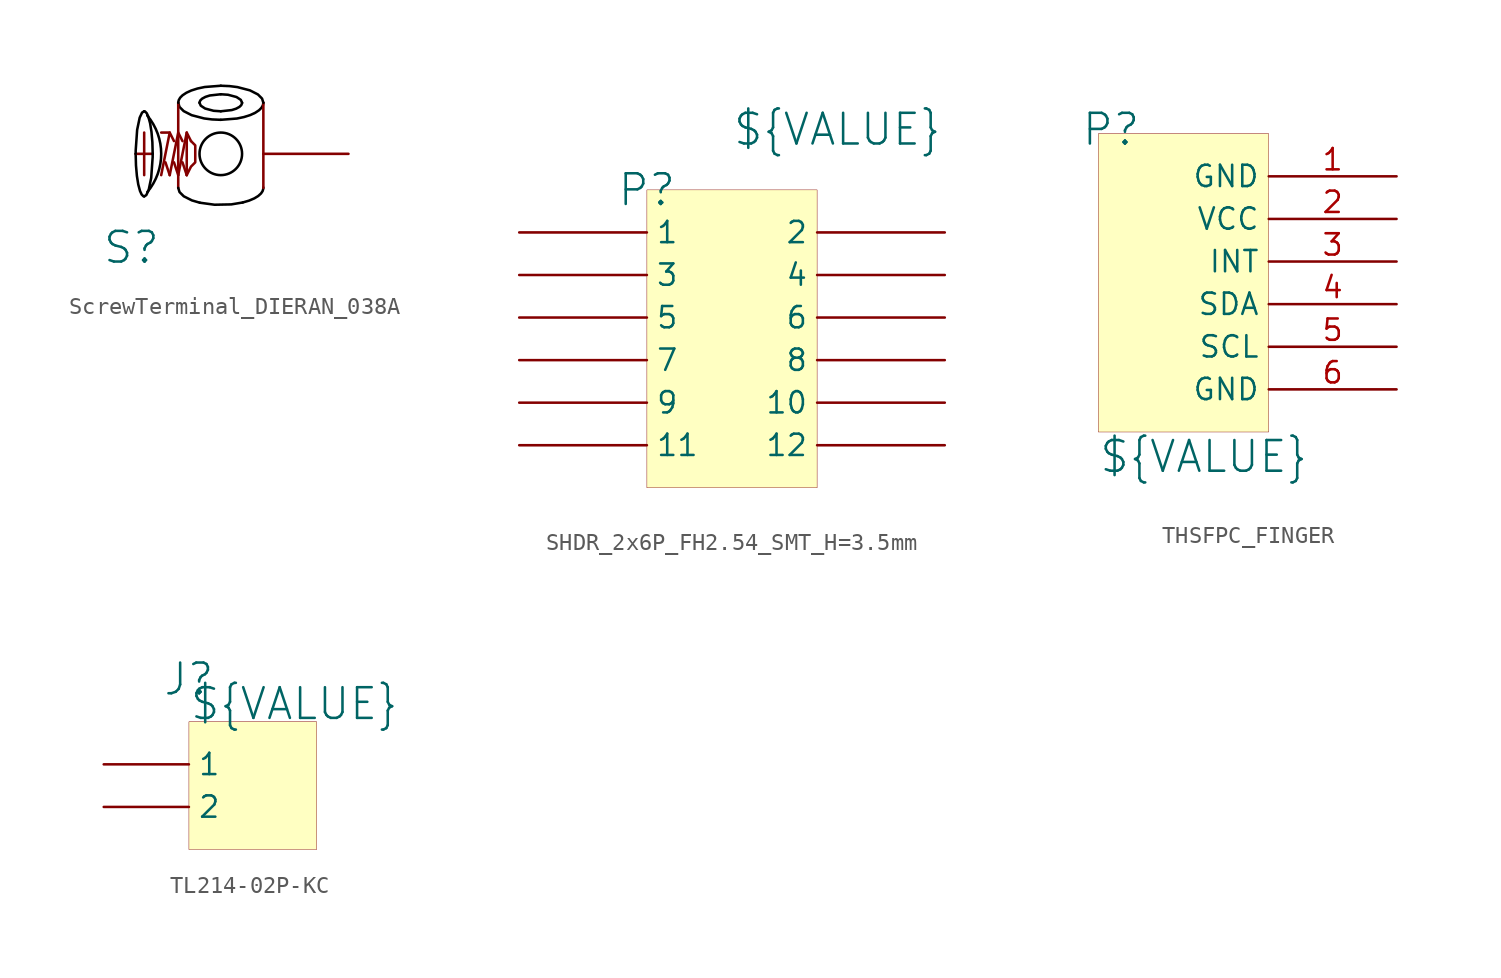
<source format=kicad_sym>
(kicad_symbol_lib
  (version 20241209)
  (generator "kicad_symbol_editor")
  (generator_version "9.0")
  (symbol "ScrewTerminal_DIERAN_038A"
    (pin_numbers
      (hide yes))
    (pin_names
      (hide yes))
    (property "Reference" "S"
      (at -5.334 -5.588 0)
      (effects (font (size 1.829 1.829))))
    (property "Value" "${VALUE}"
      (at -5.334 4.064 0)
      (effects (font (size 1.829 1.829)) (justify left bottom) (hide yes)))
    (symbol "ScrewTerminal_DIERAN_038A_1_0"
      (arc (start -4.3879 2.2858) (mid -3.5559 0) (end -4.3879 -2.2858) (stroke (width 0) (type solid) (color 0 0 0 1)) (fill (type none)))
      (bezier (pts (xy -5.08 0) (xy -5.08 -1.403) (xy -4.853 -2.54) (xy -4.572 -2.54)) (stroke (width 0) (type solid) (color 0 0 0 1)) (fill (type none)))
      (polyline (pts (xy -5.08 0) (xy -4.064 0)) (stroke (width 0) (type solid)) (fill (type none)))
      (bezier (pts (xy -4.572 2.54) (xy -4.853 2.54) (xy -5.08 1.403) (xy -5.08 0)) (stroke (width 0) (type solid) (color 0 0 0 1)) (fill (type none)))
      (polyline (pts (xy -4.572 -1.27) (xy -4.572 1.27)) (stroke (width 0) (type solid)) (fill (type none)))
      (bezier (pts (xy -4.572 -2.54) (xy -4.291 -2.54) (xy -4.064 -1.403) (xy -4.064 0)) (stroke (width 0) (type solid) (color 0 0 0 1)) (fill (type none)))
      (bezier (pts (xy -4.064 0) (xy -4.064 1.403) (xy -4.291 2.54) (xy -4.572 2.54)) (stroke (width 0) (type solid) (color 0 0 0 1)) (fill (type none)))
      (polyline (pts (xy -3.556 1.27) (xy -3.048 1.27)) (stroke (width 0) (type solid)) (fill (type none)))
      (polyline (pts (xy -3.556 -1.27) (xy -3.556 -1.27) (xy -3.048 1.27) (xy -2.794 0.762)) (stroke (width 0) (type solid)) (fill (type none)))
      (polyline (pts (xy -3.048 -1.27) (xy -3.302 -0.508)) (stroke (width 0) (type solid)) (fill (type none)))
      (polyline (pts (xy -3.048 -1.27) (xy -2.54 1.27) (xy -2.286 0.762)) (stroke (width 0) (type solid)) (fill (type none)))
      (bezier (pts (xy -2.54 3.048) (xy -2.54 2.487) (xy -1.403 2.032) (xy 0 2.032)) (stroke (width 0) (type solid) (color 0 0 0 1)) (fill (type none)))
      (polyline (pts (xy -2.54 3.048) (xy -2.54 -2.032)) (stroke (width 0) (type solid)) (fill (type none)))
      (polyline (pts (xy -2.54 -1.27) (xy -2.794 -0.508)) (stroke (width 0) (type solid)) (fill (type none)))
      (polyline (pts (xy -2.54 -1.27) (xy -2.032 1.27) (xy -1.778 0.762)) (stroke (width 0) (type solid)) (fill (type none)))
      (bezier (pts (xy -2.54 -2.032) (xy -2.54 -2.398) (xy -2.048 -2.736) (xy -1.251 -2.916)) (stroke (width 0) (type solid) (color 0 0 0 1)) (fill (type none)))
      (polyline (pts (xy -2.032 -1.27) (xy -2.286 -0.508)) (stroke (width 0) (type solid)) (fill (type none)))
      (polyline (pts (xy -2.032 -1.27) (xy -2.032 1.27)) (stroke (width 0) (type solid)) (fill (type none)))
      (polyline (pts (xy -1.778 0.762) (xy -1.524 0.508) (xy -1.524 -0.508) (xy -1.778 -0.762) (xy -2.032 -1.27)) (stroke (width 0) (type solid)) (fill (type none)))
      (bezier (pts (xy -1.27 3.048) (xy -1.27 2.767) (xy -0.701 2.54) (xy 0 2.54)) (stroke (width 0) (type solid) (color 0 0 0 1)) (fill (type none)))
      (bezier (pts (xy -1.251 -2.916) (xy -0.455 -3.096) (xy 0.523 -3.091) (xy 1.308 -2.903)) (stroke (width 0) (type solid) (color 0 0 0 1)) (fill (type none)))
      (bezier (pts (xy 0 4.064) (xy -1.403 4.064) (xy -2.54 3.609) (xy -2.54 3.048)) (stroke (width 0) (type solid) (color 0 0 0 1)) (fill (type none)))
      (bezier (pts (xy 0 3.556) (xy -0.701 3.556) (xy -1.27 3.329) (xy -1.27 3.048)) (stroke (width 0) (type solid) (color 0 0 0 1)) (fill (type none)))
      (bezier (pts (xy 0 2.54) (xy 0.701 2.54) (xy 1.27 2.767) (xy 1.27 3.048)) (stroke (width 0) (type solid) (color 0 0 0 1)) (fill (type none)))
      (bezier (pts (xy 0 2.032) (xy 1.403 2.032) (xy 2.54 2.487) (xy 2.54 3.048)) (stroke (width 0) (type solid) (color 0 0 0 1)) (fill (type none)))
      (circle (center 0 0) (radius 1.27) (stroke (width 0) (type solid) (color 0 0 0 1)) (fill (type none)))
      (bezier (pts (xy 1.27 3.048) (xy 1.27 3.329) (xy 0.701 3.556) (xy 0 3.556)) (stroke (width 0) (type solid) (color 0 0 0 1)) (fill (type none)))
      (bezier (pts (xy 1.308 -2.903) (xy 2.092 -2.714) (xy 2.563 -2.372) (xy 2.539 -2.006)) (stroke (width 0) (type solid) (color 0 0 0 1)) (fill (type none)))
      (polyline (pts (xy 2.54 3.048) (xy 2.54 -2.032)) (stroke (width 0) (type solid)) (fill (type none)))
      (bezier (pts (xy 2.54 3.048) (xy 2.54 3.609) (xy 1.403 4.064) (xy 0 4.064)) (stroke (width 0) (type solid) (color 0 0 0 1)) (fill (type none)))
      (pin passive line (at 7.62 0 180) (length 5.08) (name "1" (effects (font (size 1.27 1.27)))) (number "1" (effects (font (size 1.27 1.27)))))))
  (symbol "SHDR_2x6P_FH2.54_SMT_H=3.5mm"
    (pin_numbers
      (hide yes))
    (property "Reference" "P"
      (at 0 0 0)
      (effects (font (size 1.829 1.829))))
    (property "Value" "${VALUE}"
      (at 5.08 2.54 0)
      (effects (font (size 1.829 1.829)) (justify left bottom)))
    (symbol "SHDR_2x6P_FH2.54_SMT_H=3.5mm_1_0"
      (rectangle (start 10.16 0) (end 0 -17.78) (stroke (width 0.025) (type solid) (color 128 0 0 1)) (fill (type background)))
      (pin passive line (at -7.62 -2.54 0) (length 7.62) (name "1" (effects (font (size 1.27 1.27)))) (number "1" (effects (font (size 1.27 1.27)))))
      (pin passive line (at -7.62 -5.08 0) (length 7.62) (name "3" (effects (font (size 1.27 1.27)))) (number "3" (effects (font (size 1.27 1.27)))))
      (pin passive line (at -7.62 -7.62 0) (length 7.62) (name "5" (effects (font (size 1.27 1.27)))) (number "5" (effects (font (size 1.27 1.27)))))
      (pin passive line (at -7.62 -10.16 0) (length 7.62) (name "7" (effects (font (size 1.27 1.27)))) (number "7" (effects (font (size 1.27 1.27)))))
      (pin passive line (at -7.62 -12.7 0) (length 7.62) (name "9" (effects (font (size 1.27 1.27)))) (number "9" (effects (font (size 1.27 1.27)))))
      (pin passive line (at -7.62 -15.24 0) (length 7.62) (name "11" (effects (font (size 1.27 1.27)))) (number "11" (effects (font (size 1.27 1.27)))))
      (pin passive line (at 17.78 -2.54 180) (length 7.62) (name "2" (effects (font (size 1.27 1.27)))) (number "2" (effects (font (size 1.27 1.27)))))
      (pin passive line (at 17.78 -5.08 180) (length 7.62) (name "4" (effects (font (size 1.27 1.27)))) (number "4" (effects (font (size 1.27 1.27)))))
      (pin passive line (at 17.78 -7.62 180) (length 7.62) (name "6" (effects (font (size 1.27 1.27)))) (number "6" (effects (font (size 1.27 1.27)))))
      (pin passive line (at 17.78 -10.16 180) (length 7.62) (name "8" (effects (font (size 1.27 1.27)))) (number "8" (effects (font (size 1.27 1.27)))))
      (pin passive line (at 17.78 -12.7 180) (length 7.62) (name "10" (effects (font (size 1.27 1.27)))) (number "10" (effects (font (size 1.27 1.27)))))
      (pin passive line (at 17.78 -15.24 180) (length 7.62) (name "12" (effects (font (size 1.27 1.27)))) (number "12" (effects (font (size 1.27 1.27)))))))
  (symbol "THSFPC_FINGER"
    (property "Reference" "P"
      (at 0.762 0.254 0)
      (effects (font (size 1.829 1.829))))
    (property "Value" "${VALUE}"
      (at 0 -20.32 0)
      (effects (font (size 1.829 1.829)) (justify left bottom)))
    (symbol "THSFPC_FINGER_1_0"
      (rectangle (start 10.16 0) (end 0 -17.78) (stroke (width 0.025) (type solid) (color 128 0 0 1)) (fill (type background)))
      (pin power_in line (at 17.78 -2.54 180) (length 7.62) (name "GND" (effects (font (size 1.27 1.27)))) (number "1" (effects (font (size 1.27 1.27)))))
      (pin power_in line (at 17.78 -5.08 180) (length 7.62) (name "VCC" (effects (font (size 1.27 1.27)))) (number "2" (effects (font (size 1.27 1.27)))))
      (pin bidirectional line (at 17.78 -7.62 180) (length 7.62) (name "INT" (effects (font (size 1.27 1.27)))) (number "3" (effects (font (size 1.27 1.27)))))
      (pin bidirectional line (at 17.78 -10.16 180) (length 7.62) (name "SDA" (effects (font (size 1.27 1.27)))) (number "4" (effects (font (size 1.27 1.27)))))
      (pin bidirectional line (at 17.78 -12.7 180) (length 7.62) (name "SCL" (effects (font (size 1.27 1.27)))) (number "5" (effects (font (size 1.27 1.27)))))
      (pin power_in line (at 17.78 -15.24 180) (length 7.62) (name "GND" (effects (font (size 1.27 1.27)))) (number "6" (effects (font (size 1.27 1.27)))))))
  (symbol "TL214-02P-KC"
    (pin_numbers
      (hide yes))
    (property "Reference" "J"
      (at 0 2.54 0)
      (effects (font (size 1.829 1.829))))
    (property "Value" "${VALUE}"
      (at 0 0 0)
      (effects (font (size 1.829 1.829)) (justify left bottom)))
    (symbol "TL214-02P-KC_1_0"
      (rectangle (start 7.62 0) (end 0 -7.62) (stroke (width 0.025) (type solid) (color 128 0 0 1)) (fill (type background)))
      (pin passive line (at -5.08 -2.54 0) (length 5.08) (name "1" (effects (font (size 1.27 1.27)))) (number "1" (effects (font (size 1.27 1.27)))))
      (pin passive line (at -5.08 -5.08 0) (length 5.08) (name "2" (effects (font (size 1.27 1.27)))) (number "2" (effects (font (size 1.27 1.27))))))))
</source>
